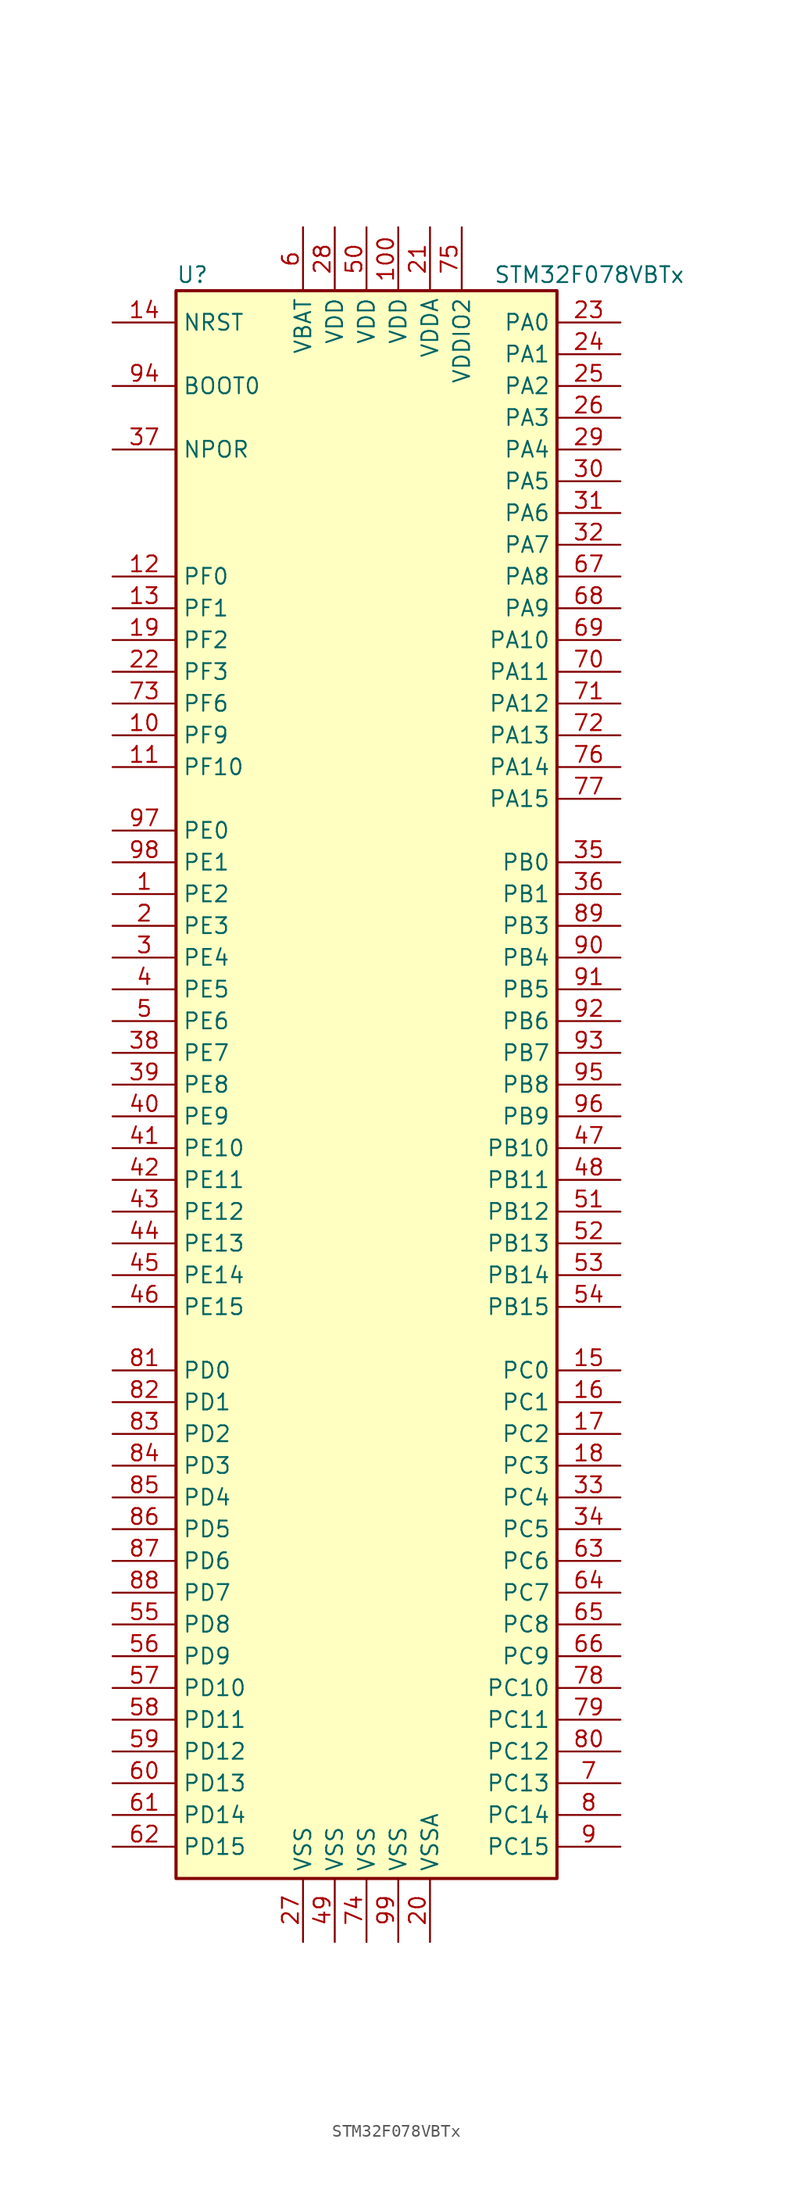
<source format=kicad_sym>
(kicad_symbol_lib
  (version 20201005)
  (generator kicad_symbol_editor)
  (symbol "STM32F078VBTx"
    (property "Reference" "U"
      (at -15.24 64.77 0)
      (effects (font (size 1.27 1.27)) (justify left)))
    (property "Value" "STM32F078VBTx"
      (at 10.16 64.77 0)
      (effects (font (size 1.27 1.27)) (justify left)))
    (symbol "STM32F078VBTx_0_1"
      (rectangle (start -15.24 -63.5) (end 15.24 63.5) (stroke (width 0.254)) (fill (type background))))
    (symbol "STM32F078VBTx_1_1"
      (pin bidirectional line (at -20.32 15.24 0) (length 5.08) (name "PE2" (effects (font (size 1.27 1.27)))) (number "1" (effects (font (size 1.27 1.27)))))
      (pin bidirectional line (at -20.32 27.94 0) (length 5.08) (name "PF9" (effects (font (size 1.27 1.27)))) (number "10" (effects (font (size 1.27 1.27)))))
      (pin power_in line (at 2.54 68.58 270) (length 5.08) (name "VDD" (effects (font (size 1.27 1.27)))) (number "100" (effects (font (size 1.27 1.27)))))
      (pin bidirectional line (at -20.32 25.4 0) (length 5.08) (name "PF10" (effects (font (size 1.27 1.27)))) (number "11" (effects (font (size 1.27 1.27)))))
      (pin input line (at -20.32 40.64 0) (length 5.08) (name "PF0" (effects (font (size 1.27 1.27)))) (number "12" (effects (font (size 1.27 1.27)))))
      (pin input line (at -20.32 38.1 0) (length 5.08) (name "PF1" (effects (font (size 1.27 1.27)))) (number "13" (effects (font (size 1.27 1.27)))))
      (pin input line (at -20.32 60.96 0) (length 5.08) (name "NRST" (effects (font (size 1.27 1.27)))) (number "14" (effects (font (size 1.27 1.27)))))
      (pin bidirectional line (at 20.32 -22.86 180) (length 5.08) (name "PC0" (effects (font (size 1.27 1.27)))) (number "15" (effects (font (size 1.27 1.27)))))
      (pin bidirectional line (at 20.32 -25.4 180) (length 5.08) (name "PC1" (effects (font (size 1.27 1.27)))) (number "16" (effects (font (size 1.27 1.27)))))
      (pin bidirectional line (at 20.32 -27.94 180) (length 5.08) (name "PC2" (effects (font (size 1.27 1.27)))) (number "17" (effects (font (size 1.27 1.27)))))
      (pin bidirectional line (at 20.32 -30.48 180) (length 5.08) (name "PC3" (effects (font (size 1.27 1.27)))) (number "18" (effects (font (size 1.27 1.27)))))
      (pin bidirectional line (at -20.32 35.56 0) (length 5.08) (name "PF2" (effects (font (size 1.27 1.27)))) (number "19" (effects (font (size 1.27 1.27)))))
      (pin bidirectional line (at -20.32 12.7 0) (length 5.08) (name "PE3" (effects (font (size 1.27 1.27)))) (number "2" (effects (font (size 1.27 1.27)))))
      (pin power_in line (at 5.08 -68.58 90) (length 5.08) (name "VSSA" (effects (font (size 1.27 1.27)))) (number "20" (effects (font (size 1.27 1.27)))))
      (pin power_in line (at 5.08 68.58 270) (length 5.08) (name "VDDA" (effects (font (size 1.27 1.27)))) (number "21" (effects (font (size 1.27 1.27)))))
      (pin bidirectional line (at -20.32 33.02 0) (length 5.08) (name "PF3" (effects (font (size 1.27 1.27)))) (number "22" (effects (font (size 1.27 1.27)))))
      (pin bidirectional line (at 20.32 60.96 180) (length 5.08) (name "PA0" (effects (font (size 1.27 1.27)))) (number "23" (effects (font (size 1.27 1.27)))))
      (pin bidirectional line (at 20.32 58.42 180) (length 5.08) (name "PA1" (effects (font (size 1.27 1.27)))) (number "24" (effects (font (size 1.27 1.27)))))
      (pin bidirectional line (at 20.32 55.88 180) (length 5.08) (name "PA2" (effects (font (size 1.27 1.27)))) (number "25" (effects (font (size 1.27 1.27)))))
      (pin bidirectional line (at 20.32 53.34 180) (length 5.08) (name "PA3" (effects (font (size 1.27 1.27)))) (number "26" (effects (font (size 1.27 1.27)))))
      (pin power_in line (at -5.08 -68.58 90) (length 5.08) (name "VSS" (effects (font (size 1.27 1.27)))) (number "27" (effects (font (size 1.27 1.27)))))
      (pin power_in line (at -2.54 68.58 270) (length 5.08) (name "VDD" (effects (font (size 1.27 1.27)))) (number "28" (effects (font (size 1.27 1.27)))))
      (pin bidirectional line (at 20.32 50.8 180) (length 5.08) (name "PA4" (effects (font (size 1.27 1.27)))) (number "29" (effects (font (size 1.27 1.27)))))
      (pin bidirectional line (at -20.32 10.16 0) (length 5.08) (name "PE4" (effects (font (size 1.27 1.27)))) (number "3" (effects (font (size 1.27 1.27)))))
      (pin bidirectional line (at 20.32 48.26 180) (length 5.08) (name "PA5" (effects (font (size 1.27 1.27)))) (number "30" (effects (font (size 1.27 1.27)))))
      (pin bidirectional line (at 20.32 45.72 180) (length 5.08) (name "PA6" (effects (font (size 1.27 1.27)))) (number "31" (effects (font (size 1.27 1.27)))))
      (pin bidirectional line (at 20.32 43.18 180) (length 5.08) (name "PA7" (effects (font (size 1.27 1.27)))) (number "32" (effects (font (size 1.27 1.27)))))
      (pin bidirectional line (at 20.32 -33.02 180) (length 5.08) (name "PC4" (effects (font (size 1.27 1.27)))) (number "33" (effects (font (size 1.27 1.27)))))
      (pin bidirectional line (at 20.32 -35.56 180) (length 5.08) (name "PC5" (effects (font (size 1.27 1.27)))) (number "34" (effects (font (size 1.27 1.27)))))
      (pin bidirectional line (at 20.32 17.78 180) (length 5.08) (name "PB0" (effects (font (size 1.27 1.27)))) (number "35" (effects (font (size 1.27 1.27)))))
      (pin bidirectional line (at 20.32 15.24 180) (length 5.08) (name "PB1" (effects (font (size 1.27 1.27)))) (number "36" (effects (font (size 1.27 1.27)))))
      (pin power_in line (at -20.32 50.8 0) (length 5.08) (name "NPOR" (effects (font (size 1.27 1.27)))) (number "37" (effects (font (size 1.27 1.27)))))
      (pin bidirectional line (at -20.32 2.54 0) (length 5.08) (name "PE7" (effects (font (size 1.27 1.27)))) (number "38" (effects (font (size 1.27 1.27)))))
      (pin bidirectional line (at -20.32 0 0) (length 5.08) (name "PE8" (effects (font (size 1.27 1.27)))) (number "39" (effects (font (size 1.27 1.27)))))
      (pin bidirectional line (at -20.32 7.62 0) (length 5.08) (name "PE5" (effects (font (size 1.27 1.27)))) (number "4" (effects (font (size 1.27 1.27)))))
      (pin bidirectional line (at -20.32 -2.54 0) (length 5.08) (name "PE9" (effects (font (size 1.27 1.27)))) (number "40" (effects (font (size 1.27 1.27)))))
      (pin bidirectional line (at -20.32 -5.08 0) (length 5.08) (name "PE10" (effects (font (size 1.27 1.27)))) (number "41" (effects (font (size 1.27 1.27)))))
      (pin bidirectional line (at -20.32 -7.62 0) (length 5.08) (name "PE11" (effects (font (size 1.27 1.27)))) (number "42" (effects (font (size 1.27 1.27)))))
      (pin bidirectional line (at -20.32 -10.16 0) (length 5.08) (name "PE12" (effects (font (size 1.27 1.27)))) (number "43" (effects (font (size 1.27 1.27)))))
      (pin bidirectional line (at -20.32 -12.7 0) (length 5.08) (name "PE13" (effects (font (size 1.27 1.27)))) (number "44" (effects (font (size 1.27 1.27)))))
      (pin bidirectional line (at -20.32 -15.24 0) (length 5.08) (name "PE14" (effects (font (size 1.27 1.27)))) (number "45" (effects (font (size 1.27 1.27)))))
      (pin bidirectional line (at -20.32 -17.78 0) (length 5.08) (name "PE15" (effects (font (size 1.27 1.27)))) (number "46" (effects (font (size 1.27 1.27)))))
      (pin bidirectional line (at 20.32 -5.08 180) (length 5.08) (name "PB10" (effects (font (size 1.27 1.27)))) (number "47" (effects (font (size 1.27 1.27)))))
      (pin bidirectional line (at 20.32 -7.62 180) (length 5.08) (name "PB11" (effects (font (size 1.27 1.27)))) (number "48" (effects (font (size 1.27 1.27)))))
      (pin power_in line (at -2.54 -68.58 90) (length 5.08) (name "VSS" (effects (font (size 1.27 1.27)))) (number "49" (effects (font (size 1.27 1.27)))))
      (pin bidirectional line (at -20.32 5.08 0) (length 5.08) (name "PE6" (effects (font (size 1.27 1.27)))) (number "5" (effects (font (size 1.27 1.27)))))
      (pin power_in line (at 0 68.58 270) (length 5.08) (name "VDD" (effects (font (size 1.27 1.27)))) (number "50" (effects (font (size 1.27 1.27)))))
      (pin bidirectional line (at 20.32 -10.16 180) (length 5.08) (name "PB12" (effects (font (size 1.27 1.27)))) (number "51" (effects (font (size 1.27 1.27)))))
      (pin bidirectional line (at 20.32 -12.7 180) (length 5.08) (name "PB13" (effects (font (size 1.27 1.27)))) (number "52" (effects (font (size 1.27 1.27)))))
      (pin bidirectional line (at 20.32 -15.24 180) (length 5.08) (name "PB14" (effects (font (size 1.27 1.27)))) (number "53" (effects (font (size 1.27 1.27)))))
      (pin bidirectional line (at 20.32 -17.78 180) (length 5.08) (name "PB15" (effects (font (size 1.27 1.27)))) (number "54" (effects (font (size 1.27 1.27)))))
      (pin bidirectional line (at -20.32 -43.18 0) (length 5.08) (name "PD8" (effects (font (size 1.27 1.27)))) (number "55" (effects (font (size 1.27 1.27)))))
      (pin bidirectional line (at -20.32 -45.72 0) (length 5.08) (name "PD9" (effects (font (size 1.27 1.27)))) (number "56" (effects (font (size 1.27 1.27)))))
      (pin bidirectional line (at -20.32 -48.26 0) (length 5.08) (name "PD10" (effects (font (size 1.27 1.27)))) (number "57" (effects (font (size 1.27 1.27)))))
      (pin bidirectional line (at -20.32 -50.8 0) (length 5.08) (name "PD11" (effects (font (size 1.27 1.27)))) (number "58" (effects (font (size 1.27 1.27)))))
      (pin bidirectional line (at -20.32 -53.34 0) (length 5.08) (name "PD12" (effects (font (size 1.27 1.27)))) (number "59" (effects (font (size 1.27 1.27)))))
      (pin power_in line (at -5.08 68.58 270) (length 5.08) (name "VBAT" (effects (font (size 1.27 1.27)))) (number "6" (effects (font (size 1.27 1.27)))))
      (pin bidirectional line (at -20.32 -55.88 0) (length 5.08) (name "PD13" (effects (font (size 1.27 1.27)))) (number "60" (effects (font (size 1.27 1.27)))))
      (pin bidirectional line (at -20.32 -58.42 0) (length 5.08) (name "PD14" (effects (font (size 1.27 1.27)))) (number "61" (effects (font (size 1.27 1.27)))))
      (pin bidirectional line (at -20.32 -60.96 0) (length 5.08) (name "PD15" (effects (font (size 1.27 1.27)))) (number "62" (effects (font (size 1.27 1.27)))))
      (pin bidirectional line (at 20.32 -38.1 180) (length 5.08) (name "PC6" (effects (font (size 1.27 1.27)))) (number "63" (effects (font (size 1.27 1.27)))))
      (pin bidirectional line (at 20.32 -40.64 180) (length 5.08) (name "PC7" (effects (font (size 1.27 1.27)))) (number "64" (effects (font (size 1.27 1.27)))))
      (pin bidirectional line (at 20.32 -43.18 180) (length 5.08) (name "PC8" (effects (font (size 1.27 1.27)))) (number "65" (effects (font (size 1.27 1.27)))))
      (pin bidirectional line (at 20.32 -45.72 180) (length 5.08) (name "PC9" (effects (font (size 1.27 1.27)))) (number "66" (effects (font (size 1.27 1.27)))))
      (pin bidirectional line (at 20.32 40.64 180) (length 5.08) (name "PA8" (effects (font (size 1.27 1.27)))) (number "67" (effects (font (size 1.27 1.27)))))
      (pin bidirectional line (at 20.32 38.1 180) (length 5.08) (name "PA9" (effects (font (size 1.27 1.27)))) (number "68" (effects (font (size 1.27 1.27)))))
      (pin bidirectional line (at 20.32 35.56 180) (length 5.08) (name "PA10" (effects (font (size 1.27 1.27)))) (number "69" (effects (font (size 1.27 1.27)))))
      (pin bidirectional line (at 20.32 -55.88 180) (length 5.08) (name "PC13" (effects (font (size 1.27 1.27)))) (number "7" (effects (font (size 1.27 1.27)))))
      (pin bidirectional line (at 20.32 33.02 180) (length 5.08) (name "PA11" (effects (font (size 1.27 1.27)))) (number "70" (effects (font (size 1.27 1.27)))))
      (pin bidirectional line (at 20.32 30.48 180) (length 5.08) (name "PA12" (effects (font (size 1.27 1.27)))) (number "71" (effects (font (size 1.27 1.27)))))
      (pin bidirectional line (at 20.32 27.94 180) (length 5.08) (name "PA13" (effects (font (size 1.27 1.27)))) (number "72" (effects (font (size 1.27 1.27)))))
      (pin bidirectional line (at -20.32 30.48 0) (length 5.08) (name "PF6" (effects (font (size 1.27 1.27)))) (number "73" (effects (font (size 1.27 1.27)))))
      (pin power_in line (at 0 -68.58 90) (length 5.08) (name "VSS" (effects (font (size 1.27 1.27)))) (number "74" (effects (font (size 1.27 1.27)))))
      (pin power_in line (at 7.62 68.58 270) (length 5.08) (name "VDDIO2" (effects (font (size 1.27 1.27)))) (number "75" (effects (font (size 1.27 1.27)))))
      (pin bidirectional line (at 20.32 25.4 180) (length 5.08) (name "PA14" (effects (font (size 1.27 1.27)))) (number "76" (effects (font (size 1.27 1.27)))))
      (pin bidirectional line (at 20.32 22.86 180) (length 5.08) (name "PA15" (effects (font (size 1.27 1.27)))) (number "77" (effects (font (size 1.27 1.27)))))
      (pin bidirectional line (at 20.32 -48.26 180) (length 5.08) (name "PC10" (effects (font (size 1.27 1.27)))) (number "78" (effects (font (size 1.27 1.27)))))
      (pin bidirectional line (at 20.32 -50.8 180) (length 5.08) (name "PC11" (effects (font (size 1.27 1.27)))) (number "79" (effects (font (size 1.27 1.27)))))
      (pin bidirectional line (at 20.32 -58.42 180) (length 5.08) (name "PC14" (effects (font (size 1.27 1.27)))) (number "8" (effects (font (size 1.27 1.27)))))
      (pin bidirectional line (at 20.32 -53.34 180) (length 5.08) (name "PC12" (effects (font (size 1.27 1.27)))) (number "80" (effects (font (size 1.27 1.27)))))
      (pin bidirectional line (at -20.32 -22.86 0) (length 5.08) (name "PD0" (effects (font (size 1.27 1.27)))) (number "81" (effects (font (size 1.27 1.27)))))
      (pin bidirectional line (at -20.32 -25.4 0) (length 5.08) (name "PD1" (effects (font (size 1.27 1.27)))) (number "82" (effects (font (size 1.27 1.27)))))
      (pin bidirectional line (at -20.32 -27.94 0) (length 5.08) (name "PD2" (effects (font (size 1.27 1.27)))) (number "83" (effects (font (size 1.27 1.27)))))
      (pin bidirectional line (at -20.32 -30.48 0) (length 5.08) (name "PD3" (effects (font (size 1.27 1.27)))) (number "84" (effects (font (size 1.27 1.27)))))
      (pin bidirectional line (at -20.32 -33.02 0) (length 5.08) (name "PD4" (effects (font (size 1.27 1.27)))) (number "85" (effects (font (size 1.27 1.27)))))
      (pin bidirectional line (at -20.32 -35.56 0) (length 5.08) (name "PD5" (effects (font (size 1.27 1.27)))) (number "86" (effects (font (size 1.27 1.27)))))
      (pin bidirectional line (at -20.32 -38.1 0) (length 5.08) (name "PD6" (effects (font (size 1.27 1.27)))) (number "87" (effects (font (size 1.27 1.27)))))
      (pin bidirectional line (at -20.32 -40.64 0) (length 5.08) (name "PD7" (effects (font (size 1.27 1.27)))) (number "88" (effects (font (size 1.27 1.27)))))
      (pin bidirectional line (at 20.32 12.7 180) (length 5.08) (name "PB3" (effects (font (size 1.27 1.27)))) (number "89" (effects (font (size 1.27 1.27)))))
      (pin bidirectional line (at 20.32 -60.96 180) (length 5.08) (name "PC15" (effects (font (size 1.27 1.27)))) (number "9" (effects (font (size 1.27 1.27)))))
      (pin bidirectional line (at 20.32 10.16 180) (length 5.08) (name "PB4" (effects (font (size 1.27 1.27)))) (number "90" (effects (font (size 1.27 1.27)))))
      (pin bidirectional line (at 20.32 7.62 180) (length 5.08) (name "PB5" (effects (font (size 1.27 1.27)))) (number "91" (effects (font (size 1.27 1.27)))))
      (pin bidirectional line (at 20.32 5.08 180) (length 5.08) (name "PB6" (effects (font (size 1.27 1.27)))) (number "92" (effects (font (size 1.27 1.27)))))
      (pin bidirectional line (at 20.32 2.54 180) (length 5.08) (name "PB7" (effects (font (size 1.27 1.27)))) (number "93" (effects (font (size 1.27 1.27)))))
      (pin input line (at -20.32 55.88 0) (length 5.08) (name "BOOT0" (effects (font (size 1.27 1.27)))) (number "94" (effects (font (size 1.27 1.27)))))
      (pin bidirectional line (at 20.32 0 180) (length 5.08) (name "PB8" (effects (font (size 1.27 1.27)))) (number "95" (effects (font (size 1.27 1.27)))))
      (pin bidirectional line (at 20.32 -2.54 180) (length 5.08) (name "PB9" (effects (font (size 1.27 1.27)))) (number "96" (effects (font (size 1.27 1.27)))))
      (pin bidirectional line (at -20.32 20.32 0) (length 5.08) (name "PE0" (effects (font (size 1.27 1.27)))) (number "97" (effects (font (size 1.27 1.27)))))
      (pin bidirectional line (at -20.32 17.78 0) (length 5.08) (name "PE1" (effects (font (size 1.27 1.27)))) (number "98" (effects (font (size 1.27 1.27)))))
      (pin power_in line (at 2.54 -68.58 90) (length 5.08) (name "VSS" (effects (font (size 1.27 1.27)))) (number "99" (effects (font (size 1.27 1.27))))))))
</source>
